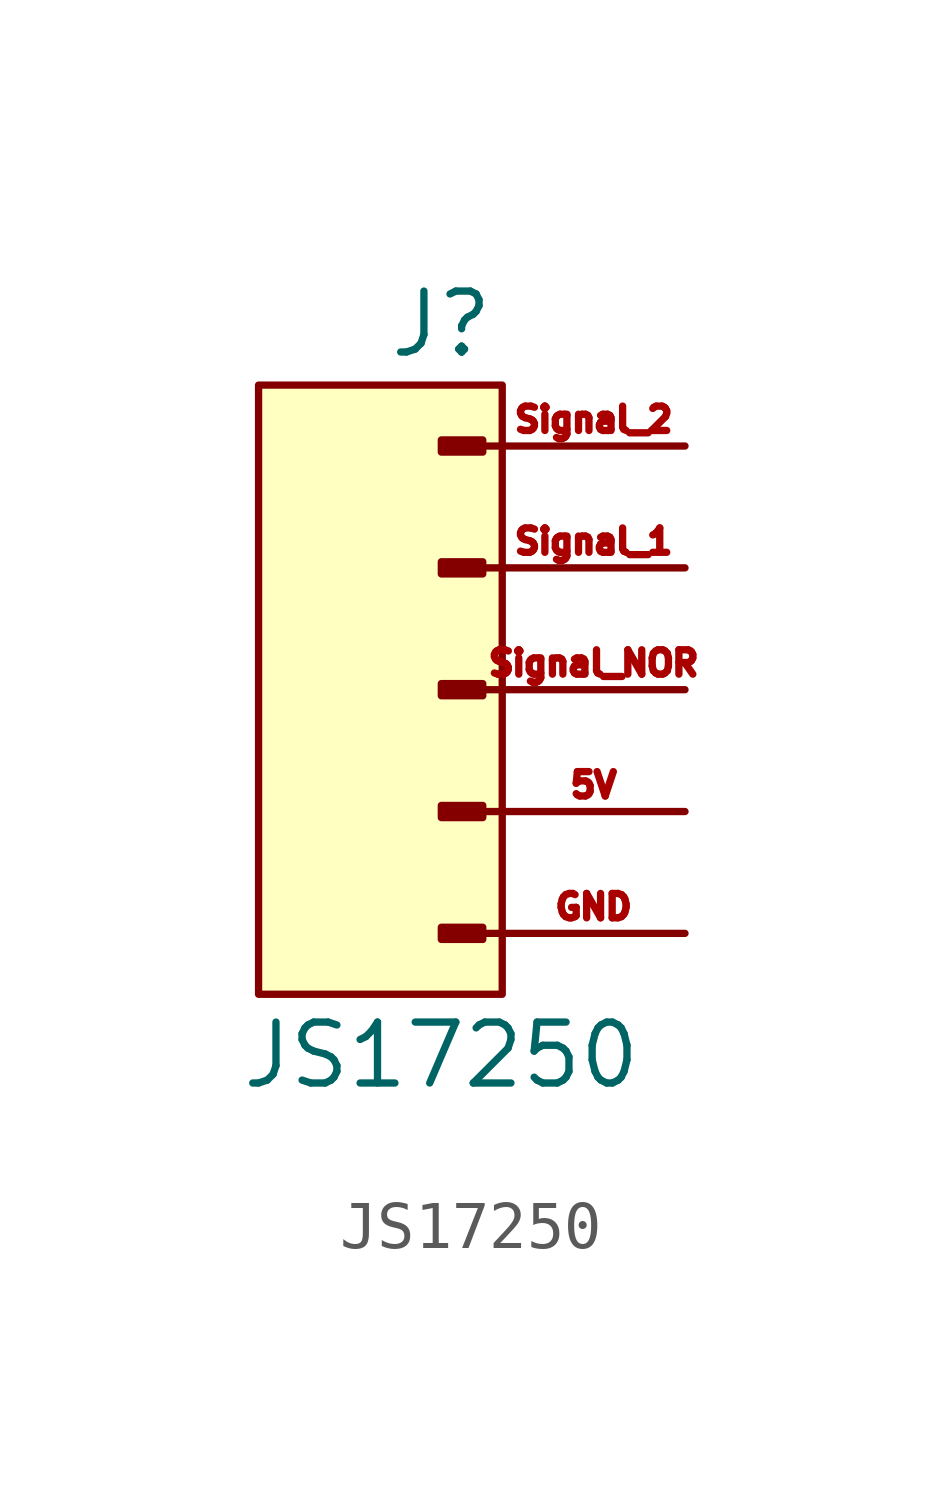
<source format=kicad_sym>
(kicad_symbol_lib
  (version 20241209)
  (generator "kicad_symbol_editor")
  (generator_version "9.0")
  (symbol "JS17250"
    (pin_names
      (offset 1.016)
      (hide yes))
    (property "Reference" "J"
      (at 0 7.62 0)
      (effects (font (size 1.27 1.27))))
    (property "Value" "JS17250"
      (at 0 -7.62 0)
      (effects (font (size 1.27 1.27))))
    (property "ki_locked" ""
      (at 0 0 0)
      (effects (font (size 1.27 1.27))))
    (symbol "JS17250_1_1"
      (rectangle (start -3.81 6.35) (end 1.27 -6.35) (stroke (width 0) (type solid)) (fill (type background)))
      (rectangle (start 0.864 5.207) (end 0 4.953) (stroke (width 0.152) (type default)) (fill (type outline)))
      (rectangle (start 0.864 2.667) (end 0 2.413) (stroke (width 0.152) (type default)) (fill (type outline)))
      (rectangle (start 0.864 0.127) (end 0 -0.127) (stroke (width 0.152) (type default)) (fill (type outline)))
      (rectangle (start 0.864 -2.413) (end 0 -2.667) (stroke (width 0.152) (type default)) (fill (type outline)))
      (rectangle (start 0.864 -4.953) (end 0 -5.207) (stroke (width 0.152) (type default)) (fill (type outline)))
      (polyline (pts (xy 1.27 5.08) (xy 0.864 5.08)) (stroke (width 0.152) (type default)) (fill (type none)))
      (polyline (pts (xy 1.27 2.54) (xy 0.864 2.54)) (stroke (width 0.152) (type default)) (fill (type none)))
      (polyline (pts (xy 1.27 0) (xy 0.864 0)) (stroke (width 0.152) (type default)) (fill (type none)))
      (polyline (pts (xy 1.27 -2.54) (xy 0.864 -2.54)) (stroke (width 0.152) (type default)) (fill (type none)))
      (polyline (pts (xy 1.27 -5.08) (xy 0.864 -5.08)) (stroke (width 0.152) (type default)) (fill (type none)))
      (pin passive line (at 5.08 5.08 180) (length 3.81) (name "Pin_1" (effects (font (size 1.27 1.27)))) (number "Signal_2" (effects (font (size 0.508 0.508)))))
      (pin passive line (at 5.08 2.54 180) (length 3.81) (name "Pin_2" (effects (font (size 1.27 1.27)))) (number "Signal_1" (effects (font (size 0.508 0.508)))))
      (pin passive line (at 5.08 0 180) (length 3.81) (name "Pin_3" (effects (font (size 1.27 1.27)))) (number "Signal_NOR" (effects (font (size 0.508 0.508)))))
      (pin passive line (at 5.08 -2.54 180) (length 3.81) (name "Pin_4" (effects (font (size 1.27 1.27)))) (number "5V" (effects (font (size 0.508 0.508)))))
      (pin passive line (at 5.08 -5.08 180) (length 3.81) (name "Pin_5" (effects (font (size 1.27 1.27)))) (number "GND" (effects (font (size 0.508 0.508))))))))
</source>
